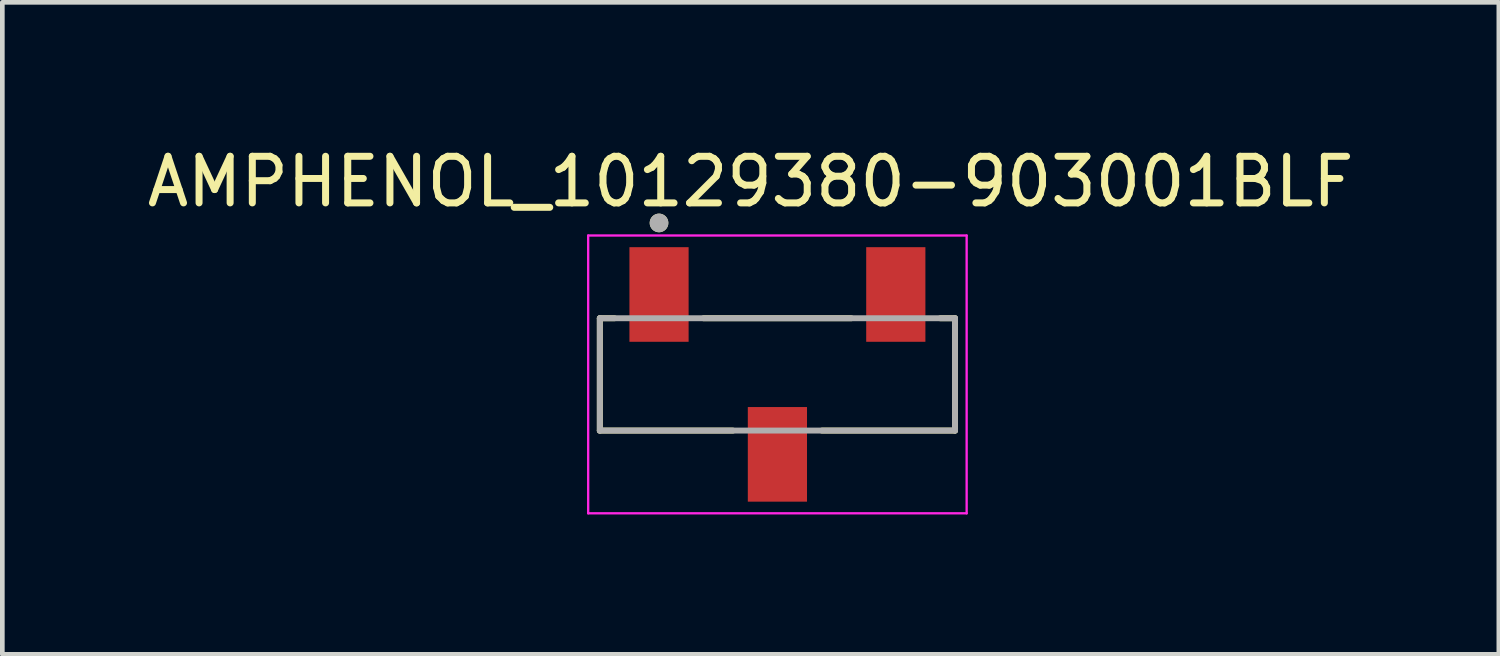
<source format=kicad_pcb>
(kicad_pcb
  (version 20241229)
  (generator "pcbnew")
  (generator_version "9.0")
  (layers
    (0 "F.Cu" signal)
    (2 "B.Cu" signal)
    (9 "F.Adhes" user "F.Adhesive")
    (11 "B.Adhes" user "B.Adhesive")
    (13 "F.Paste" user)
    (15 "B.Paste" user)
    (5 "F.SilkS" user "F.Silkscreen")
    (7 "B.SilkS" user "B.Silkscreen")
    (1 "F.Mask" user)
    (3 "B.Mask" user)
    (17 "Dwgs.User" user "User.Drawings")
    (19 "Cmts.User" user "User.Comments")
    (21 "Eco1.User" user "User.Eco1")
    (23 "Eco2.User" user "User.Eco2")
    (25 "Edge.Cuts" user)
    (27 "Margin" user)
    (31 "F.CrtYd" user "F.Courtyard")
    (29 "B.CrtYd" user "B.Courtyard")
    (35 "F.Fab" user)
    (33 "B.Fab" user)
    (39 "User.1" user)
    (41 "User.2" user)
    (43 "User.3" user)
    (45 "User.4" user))
  (footprint "AMPHENOL_10129380-903001BLF"
    (layer "F.Cu")
    (at 13.629 4.983)
    (property "Reference" "AMPHENOL_10129380-903001BLF" (at -0.575 -4.135 0) (layer "F.SilkS") (effects (font (size 1 1) (thickness 0.15))))
    (attr smd)
    (fp_line (start -3.81 -1.205) (end -3.81 1.205) (stroke (width 0.127) (type solid)) (layer "F.SilkS"))
    (fp_line (start -3.81 1.205) (end -0.955 1.205) (stroke (width 0.127) (type solid)) (layer "F.SilkS"))
    (fp_line (start -3.495 -1.205) (end -3.81 -1.205) (stroke (width 0.127) (type solid)) (layer "F.SilkS"))
    (fp_line (start -1.585 -1.205) (end 1.585 -1.205) (stroke (width 0.127) (type solid)) (layer "F.SilkS"))
    (fp_line (start 3.495 -1.205) (end 3.81 -1.205) (stroke (width 0.127) (type solid)) (layer "F.SilkS"))
    (fp_line (start 3.81 -1.205) (end 3.81 1.205) (stroke (width 0.127) (type solid)) (layer "F.SilkS"))
    (fp_line (start 3.81 1.205) (end 0.955 1.205) (stroke (width 0.127) (type solid)) (layer "F.SilkS"))
    (fp_circle (center -2.54 -3.25) (end -2.44 -3.25) (stroke (width 0.2) (type solid)) (fill no) (layer "F.SilkS"))
    (fp_line (start -4.06 -2.98) (end -4.06 2.98) (stroke (width 0.05) (type solid)) (layer "F.CrtYd"))
    (fp_line (start -4.06 2.98) (end 4.06 2.98) (stroke (width 0.05) (type solid)) (layer "F.CrtYd"))
    (fp_line (start 4.06 -2.98) (end -4.06 -2.98) (stroke (width 0.05) (type solid)) (layer "F.CrtYd"))
    (fp_line (start 4.06 2.98) (end 4.06 -2.98) (stroke (width 0.05) (type solid)) (layer "F.CrtYd"))
    (fp_line (start -3.81 -1.205) (end -3.81 1.205) (stroke (width 0.127) (type solid)) (layer "F.Fab"))
    (fp_line (start -3.81 1.205) (end 3.81 1.205) (stroke (width 0.127) (type solid)) (layer "F.Fab"))
    (fp_line (start 3.81 -1.205) (end -3.81 -1.205) (stroke (width 0.127) (type solid)) (layer "F.Fab"))
    (fp_line (start 3.81 1.205) (end 3.81 -1.205) (stroke (width 0.127) (type solid)) (layer "F.Fab"))
    (fp_circle (center -2.54 -3.25) (end -2.44 -3.25) (stroke (width 0.2) (type solid)) (fill no) (layer "F.Fab"))
    (pad "1" smd rect (at -2.54 -1.715) (size 1.27 2.03) (layers "F.Cu" "F.Mask" "F.Paste"))
    (pad "2" smd rect (at 0 1.715) (size 1.27 2.03) (layers "F.Cu" "F.Mask" "F.Paste"))
    (pad "3" smd rect (at 2.54 -1.715) (size 1.27 2.03) (layers "F.Cu" "F.Mask" "F.Paste")))
  (gr_rect
    (start -3 -3)
    (end 29.107 10.988)
    (stroke (width 0.1) (type default))
    (fill no)
    (layer "Edge.Cuts")))
</source>
